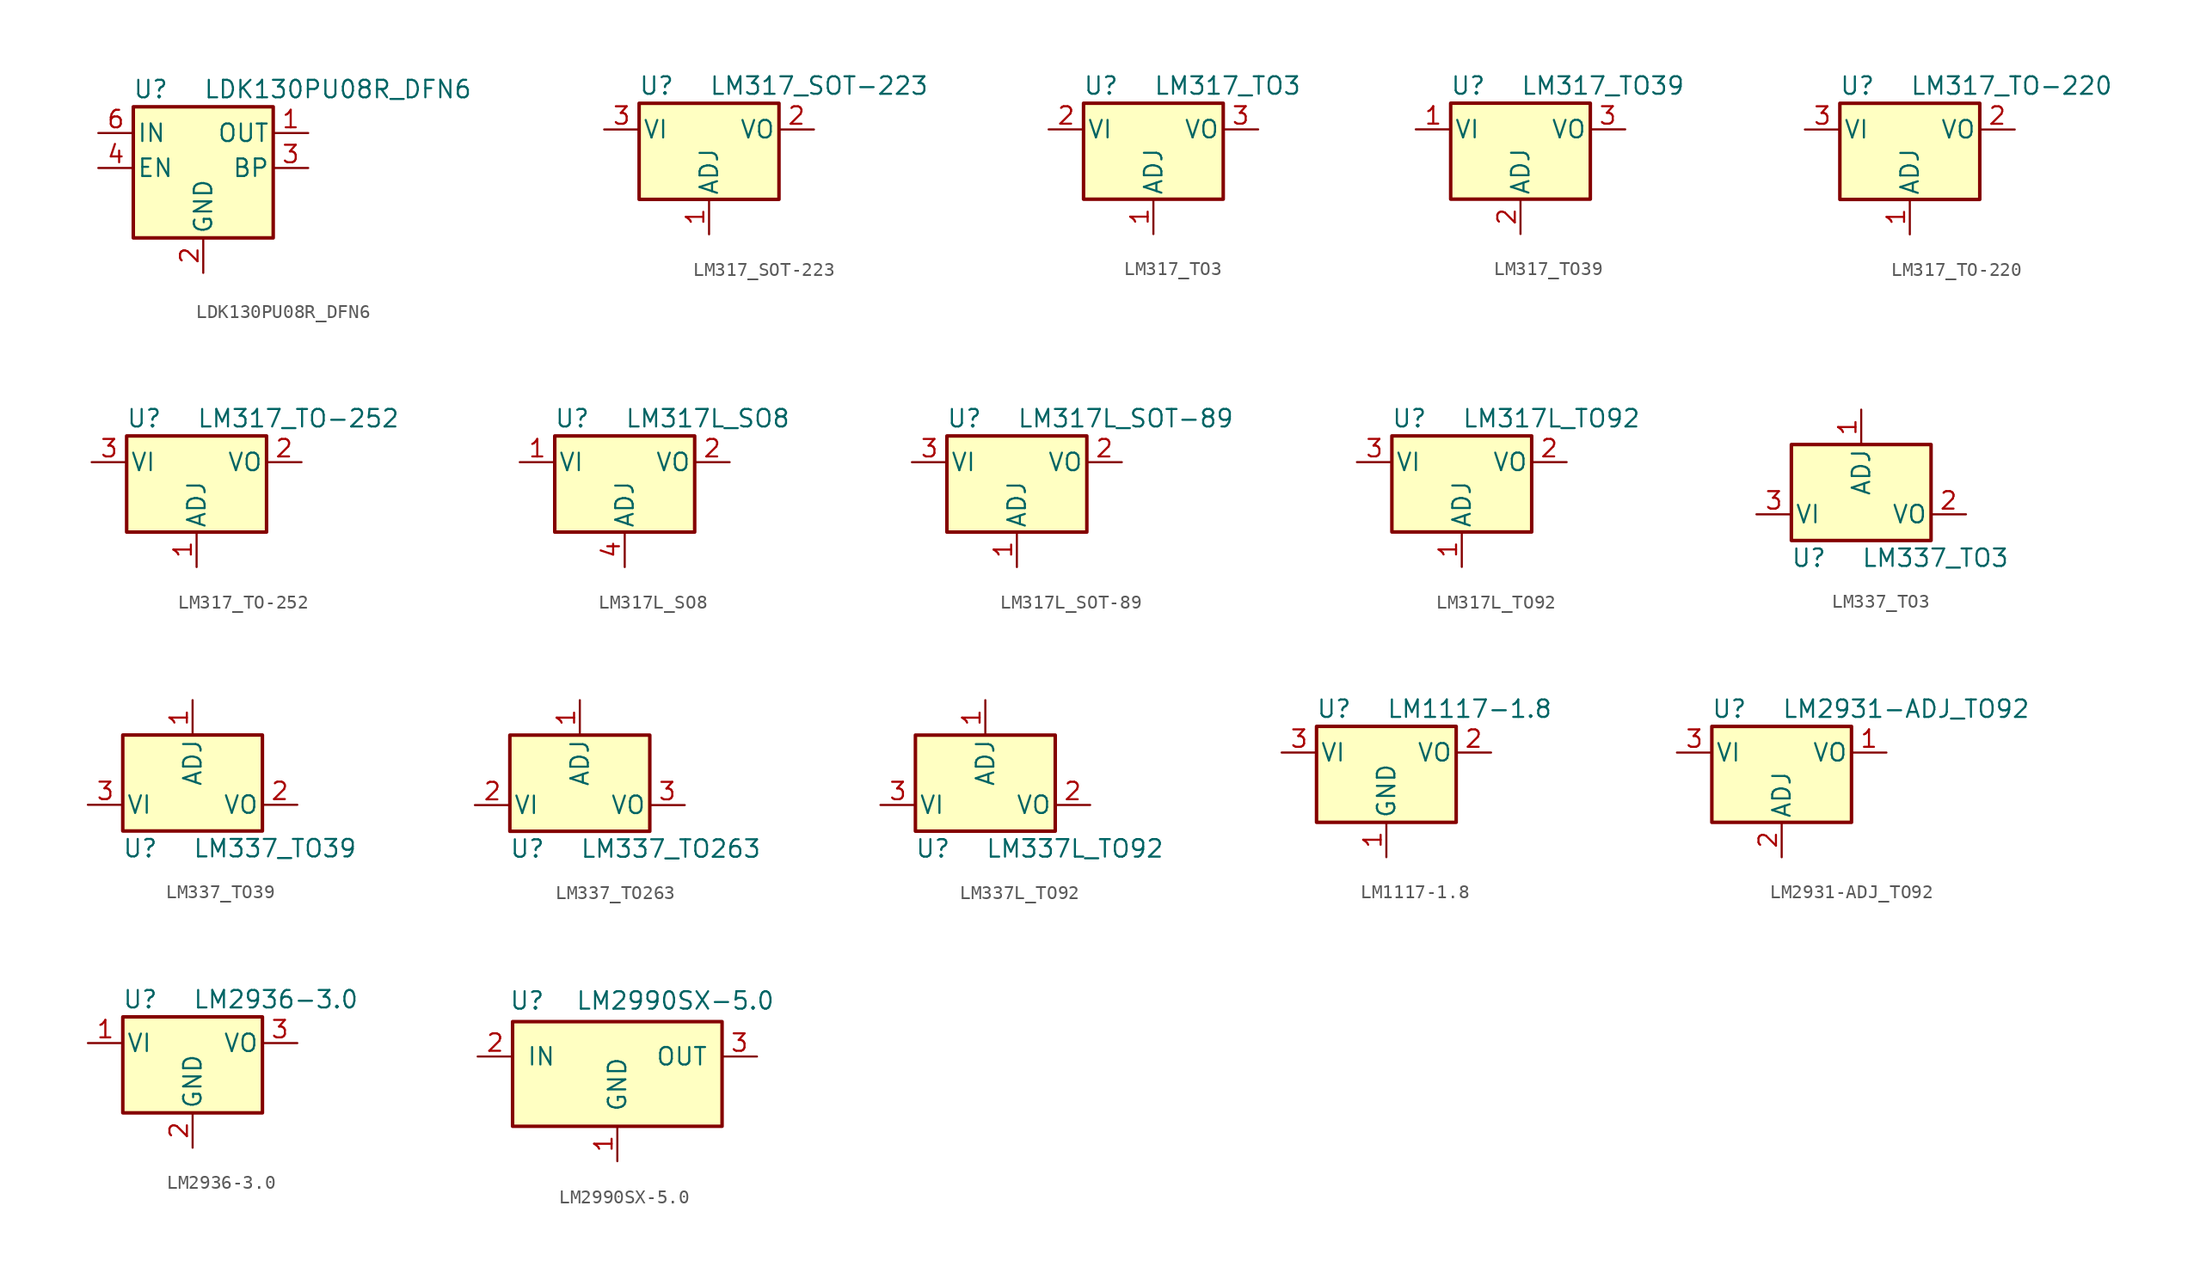
<source format=kicad_sym>
(kicad_symbol_lib
  (version 20211014)
  (generator kicad_symbol_editor)
  (symbol "LDK130PU08R_DFN6"
    (pin_names
      (offset 0.254))
    (property "Reference" "U"
      (at -3.81 5.715 0)
      (effects (font (size 1.27 1.27))))
    (property "Value" "LDK130PU08R_DFN6"
      (at 0 5.715 0)
      (effects (font (size 1.27 1.27)) (justify left)))
    (symbol "LDK130PU08R_DFN6_0_1"
      (rectangle (start -5.08 4.445) (end 5.08 -5.08) (stroke (width 0.254) (type default) (color 0 0 0 0)) (fill (type background))))
    (symbol "LDK130PU08R_DFN6_1_1"
      (pin power_out line (at 7.62 2.54 180) (length 2.54) (name "OUT" (effects (font (size 1.27 1.27)))) (number "1" (effects (font (size 1.27 1.27)))))
      (pin power_in line (at 0 -7.62 90) (length 2.54) (name "GND" (effects (font (size 1.27 1.27)))) (number "2" (effects (font (size 1.27 1.27)))))
      (pin passive line (at 7.62 0 180) (length 2.54) (name "BP" (effects (font (size 1.27 1.27)))) (number "3" (effects (font (size 1.27 1.27)))))
      (pin input line (at -7.62 0 0) (length 2.54) (name "EN" (effects (font (size 1.27 1.27)))) (number "4" (effects (font (size 1.27 1.27)))))
      (pin no_connect line (at -7.62 -2.54 0) (length 2.54) hide (name "NC" (effects (font (size 1.27 1.27)))) (number "5" (effects (font (size 1.27 1.27)))))
      (pin power_in line (at -7.62 2.54 0) (length 2.54) (name "IN" (effects (font (size 1.27 1.27)))) (number "6" (effects (font (size 1.27 1.27)))))))
  (symbol "LM317_SOT-223"
    (pin_names
      (offset 0.254))
    (property "Reference" "U"
      (at -3.81 3.175 0)
      (effects (font (size 1.27 1.27))))
    (property "Value" "LM317_SOT-223"
      (at 0 3.175 0)
      (effects (font (size 1.27 1.27)) (justify left)))
    (symbol "LM317_SOT-223_0_1"
      (rectangle (start -5.08 1.905) (end 5.08 -5.08) (stroke (width 0.254) (type default) (color 0 0 0 0)) (fill (type background))))
    (symbol "LM317_SOT-223_1_1"
      (pin input line (at 0 -7.62 90) (length 2.54) (name "ADJ" (effects (font (size 1.27 1.27)))) (number "1" (effects (font (size 1.27 1.27)))))
      (pin power_out line (at 7.62 0 180) (length 2.54) (name "VO" (effects (font (size 1.27 1.27)))) (number "2" (effects (font (size 1.27 1.27)))))
      (pin power_in line (at -7.62 0 0) (length 2.54) (name "VI" (effects (font (size 1.27 1.27)))) (number "3" (effects (font (size 1.27 1.27)))))))
  (symbol "LM317_TO3"
    (pin_names
      (offset 0.254))
    (property "Reference" "U"
      (at -3.81 3.175 0)
      (effects (font (size 1.27 1.27))))
    (property "Value" "LM317_TO3"
      (at 0 3.175 0)
      (effects (font (size 1.27 1.27)) (justify left)))
    (symbol "LM317_TO3_0_1"
      (rectangle (start -5.08 1.905) (end 5.08 -5.08) (stroke (width 0.254) (type default) (color 0 0 0 0)) (fill (type background))))
    (symbol "LM317_TO3_1_1"
      (pin input line (at 0 -7.62 90) (length 2.54) (name "ADJ" (effects (font (size 1.27 1.27)))) (number "1" (effects (font (size 1.27 1.27)))))
      (pin power_in line (at -7.62 0 0) (length 2.54) (name "VI" (effects (font (size 1.27 1.27)))) (number "2" (effects (font (size 1.27 1.27)))))
      (pin power_out line (at 7.62 0 180) (length 2.54) (name "VO" (effects (font (size 1.27 1.27)))) (number "3" (effects (font (size 1.27 1.27)))))))
  (symbol "LM317_TO39"
    (pin_names
      (offset 0.254))
    (property "Reference" "U"
      (at -3.81 3.175 0)
      (effects (font (size 1.27 1.27))))
    (property "Value" "LM317_TO39"
      (at 0 3.175 0)
      (effects (font (size 1.27 1.27)) (justify left)))
    (symbol "LM317_TO39_0_1"
      (rectangle (start -5.08 1.905) (end 5.08 -5.08) (stroke (width 0.254) (type default) (color 0 0 0 0)) (fill (type background))))
    (symbol "LM317_TO39_1_1"
      (pin power_in line (at -7.62 0 0) (length 2.54) (name "VI" (effects (font (size 1.27 1.27)))) (number "1" (effects (font (size 1.27 1.27)))))
      (pin input line (at 0 -7.62 90) (length 2.54) (name "ADJ" (effects (font (size 1.27 1.27)))) (number "2" (effects (font (size 1.27 1.27)))))
      (pin power_out line (at 7.62 0 180) (length 2.54) (name "VO" (effects (font (size 1.27 1.27)))) (number "3" (effects (font (size 1.27 1.27)))))))
  (symbol "LM317_TO-220"
    (pin_names
      (offset 0.254))
    (property "Reference" "U"
      (at -3.81 3.175 0)
      (effects (font (size 1.27 1.27))))
    (property "Value" "LM317_TO-220"
      (at 0 3.175 0)
      (effects (font (size 1.27 1.27)) (justify left)))
    (symbol "LM317_TO-220_0_1"
      (rectangle (start -5.08 1.905) (end 5.08 -5.08) (stroke (width 0.254) (type default) (color 0 0 0 0)) (fill (type background))))
    (symbol "LM317_TO-220_1_1"
      (pin input line (at 0 -7.62 90) (length 2.54) (name "ADJ" (effects (font (size 1.27 1.27)))) (number "1" (effects (font (size 1.27 1.27)))))
      (pin power_out line (at 7.62 0 180) (length 2.54) (name "VO" (effects (font (size 1.27 1.27)))) (number "2" (effects (font (size 1.27 1.27)))))
      (pin power_in line (at -7.62 0 0) (length 2.54) (name "VI" (effects (font (size 1.27 1.27)))) (number "3" (effects (font (size 1.27 1.27)))))))
  (symbol "LM317_TO-252"
    (pin_names
      (offset 0.254))
    (property "Reference" "U"
      (at -3.81 3.175 0)
      (effects (font (size 1.27 1.27))))
    (property "Value" "LM317_TO-252"
      (at 0 3.175 0)
      (effects (font (size 1.27 1.27)) (justify left)))
    (symbol "LM317_TO-252_0_1"
      (rectangle (start -5.08 1.905) (end 5.08 -5.08) (stroke (width 0.254) (type default) (color 0 0 0 0)) (fill (type background))))
    (symbol "LM317_TO-252_1_1"
      (pin input line (at 0 -7.62 90) (length 2.54) (name "ADJ" (effects (font (size 1.27 1.27)))) (number "1" (effects (font (size 1.27 1.27)))))
      (pin power_out line (at 7.62 0 180) (length 2.54) (name "VO" (effects (font (size 1.27 1.27)))) (number "2" (effects (font (size 1.27 1.27)))))
      (pin power_in line (at -7.62 0 0) (length 2.54) (name "VI" (effects (font (size 1.27 1.27)))) (number "3" (effects (font (size 1.27 1.27)))))))
  (symbol "LM317L_SO8"
    (pin_names
      (offset 0.254))
    (property "Reference" "U"
      (at -3.81 3.175 0)
      (effects (font (size 1.27 1.27))))
    (property "Value" "LM317L_SO8"
      (at 0 3.175 0)
      (effects (font (size 1.27 1.27)) (justify left)))
    (symbol "LM317L_SO8_0_1"
      (rectangle (start -5.08 1.905) (end 5.08 -5.08) (stroke (width 0.254) (type default) (color 0 0 0 0)) (fill (type background))))
    (symbol "LM317L_SO8_1_1"
      (pin power_in line (at -7.62 0 0) (length 2.54) (name "VI" (effects (font (size 1.27 1.27)))) (number "1" (effects (font (size 1.27 1.27)))))
      (pin power_out line (at 7.62 0 180) (length 2.54) (name "VO" (effects (font (size 1.27 1.27)))) (number "2" (effects (font (size 1.27 1.27)))))
      (pin passive line (at 7.62 0 180) (length 2.54) hide (name "VO" (effects (font (size 1.27 1.27)))) (number "3" (effects (font (size 1.27 1.27)))))
      (pin input line (at 0 -7.62 90) (length 2.54) (name "ADJ" (effects (font (size 1.27 1.27)))) (number "4" (effects (font (size 1.27 1.27)))))
      (pin no_connect line (at -7.62 -2.54 0) (length 2.54) hide (name "NC" (effects (font (size 1.27 1.27)))) (number "5" (effects (font (size 1.27 1.27)))))
      (pin passive line (at 7.62 0 180) (length 2.54) hide (name "VO" (effects (font (size 1.27 1.27)))) (number "6" (effects (font (size 1.27 1.27)))))
      (pin passive line (at 7.62 0 180) (length 2.54) hide (name "VO" (effects (font (size 1.27 1.27)))) (number "7" (effects (font (size 1.27 1.27)))))
      (pin no_connect line (at 7.62 -2.54 180) (length 2.54) hide (name "NC" (effects (font (size 1.27 1.27)))) (number "8" (effects (font (size 1.27 1.27)))))))
  (symbol "LM317L_SOT-89"
    (pin_names
      (offset 0.254))
    (property "Reference" "U"
      (at -3.81 3.175 0)
      (effects (font (size 1.27 1.27))))
    (property "Value" "LM317L_SOT-89"
      (at 0 3.175 0)
      (effects (font (size 1.27 1.27)) (justify left)))
    (symbol "LM317L_SOT-89_0_1"
      (rectangle (start -5.08 1.905) (end 5.08 -5.08) (stroke (width 0.254) (type default) (color 0 0 0 0)) (fill (type background))))
    (symbol "LM317L_SOT-89_1_1"
      (pin input line (at 0 -7.62 90) (length 2.54) (name "ADJ" (effects (font (size 1.27 1.27)))) (number "1" (effects (font (size 1.27 1.27)))))
      (pin power_out line (at 7.62 0 180) (length 2.54) (name "VO" (effects (font (size 1.27 1.27)))) (number "2" (effects (font (size 1.27 1.27)))))
      (pin power_in line (at -7.62 0 0) (length 2.54) (name "VI" (effects (font (size 1.27 1.27)))) (number "3" (effects (font (size 1.27 1.27)))))))
  (symbol "LM317L_TO92"
    (pin_names
      (offset 0.254))
    (property "Reference" "U"
      (at -3.81 3.175 0)
      (effects (font (size 1.27 1.27))))
    (property "Value" "LM317L_TO92"
      (at 0 3.175 0)
      (effects (font (size 1.27 1.27)) (justify left)))
    (symbol "LM317L_TO92_0_1"
      (rectangle (start -5.08 1.905) (end 5.08 -5.08) (stroke (width 0.254) (type default) (color 0 0 0 0)) (fill (type background))))
    (symbol "LM317L_TO92_1_1"
      (pin input line (at 0 -7.62 90) (length 2.54) (name "ADJ" (effects (font (size 1.27 1.27)))) (number "1" (effects (font (size 1.27 1.27)))))
      (pin power_out line (at 7.62 0 180) (length 2.54) (name "VO" (effects (font (size 1.27 1.27)))) (number "2" (effects (font (size 1.27 1.27)))))
      (pin power_in line (at -7.62 0 0) (length 2.54) (name "VI" (effects (font (size 1.27 1.27)))) (number "3" (effects (font (size 1.27 1.27)))))))
  (symbol "LM337_TO3"
    (pin_names
      (offset 0.254))
    (property "Reference" "U"
      (at -3.81 -3.175 0)
      (effects (font (size 1.27 1.27))))
    (property "Value" "LM337_TO3"
      (at 0 -3.175 0)
      (effects (font (size 1.27 1.27)) (justify left)))
    (symbol "LM337_TO3_0_1"
      (rectangle (start -5.08 5.08) (end 5.08 -1.905) (stroke (width 0.254) (type default) (color 0 0 0 0)) (fill (type background))))
    (symbol "LM337_TO3_1_1"
      (pin input line (at 0 7.62 270) (length 2.54) (name "ADJ" (effects (font (size 1.27 1.27)))) (number "1" (effects (font (size 1.27 1.27)))))
      (pin power_out line (at 7.62 0 180) (length 2.54) (name "VO" (effects (font (size 1.27 1.27)))) (number "2" (effects (font (size 1.27 1.27)))))
      (pin power_in line (at -7.62 0 0) (length 2.54) (name "VI" (effects (font (size 1.27 1.27)))) (number "3" (effects (font (size 1.27 1.27)))))))
  (symbol "LM337_TO39"
    (pin_names
      (offset 0.254))
    (property "Reference" "U"
      (at -3.81 -3.175 0)
      (effects (font (size 1.27 1.27))))
    (property "Value" "LM337_TO39"
      (at 0 -3.175 0)
      (effects (font (size 1.27 1.27)) (justify left)))
    (symbol "LM337_TO39_0_1"
      (rectangle (start -5.08 5.08) (end 5.08 -1.905) (stroke (width 0.254) (type default) (color 0 0 0 0)) (fill (type background))))
    (symbol "LM337_TO39_1_1"
      (pin input line (at 0 7.62 270) (length 2.54) (name "ADJ" (effects (font (size 1.27 1.27)))) (number "1" (effects (font (size 1.27 1.27)))))
      (pin power_out line (at 7.62 0 180) (length 2.54) (name "VO" (effects (font (size 1.27 1.27)))) (number "2" (effects (font (size 1.27 1.27)))))
      (pin power_in line (at -7.62 0 0) (length 2.54) (name "VI" (effects (font (size 1.27 1.27)))) (number "3" (effects (font (size 1.27 1.27)))))))
  (symbol "LM337_TO263"
    (pin_names
      (offset 0.254))
    (property "Reference" "U"
      (at -3.81 -3.175 0)
      (effects (font (size 1.27 1.27))))
    (property "Value" "LM337_TO263"
      (at 0 -3.175 0)
      (effects (font (size 1.27 1.27)) (justify left)))
    (symbol "LM337_TO263_0_1"
      (rectangle (start -5.08 5.08) (end 5.08 -1.905) (stroke (width 0.254) (type default) (color 0 0 0 0)) (fill (type background))))
    (symbol "LM337_TO263_1_1"
      (pin input line (at 0 7.62 270) (length 2.54) (name "ADJ" (effects (font (size 1.27 1.27)))) (number "1" (effects (font (size 1.27 1.27)))))
      (pin power_in line (at -7.62 0 0) (length 2.54) (name "VI" (effects (font (size 1.27 1.27)))) (number "2" (effects (font (size 1.27 1.27)))))
      (pin power_out line (at 7.62 0 180) (length 2.54) (name "VO" (effects (font (size 1.27 1.27)))) (number "3" (effects (font (size 1.27 1.27)))))))
  (symbol "LM337L_TO92"
    (pin_names
      (offset 0.254))
    (property "Reference" "U"
      (at -3.81 -3.175 0)
      (effects (font (size 1.27 1.27))))
    (property "Value" "LM337L_TO92"
      (at 0 -3.175 0)
      (effects (font (size 1.27 1.27)) (justify left)))
    (symbol "LM337L_TO92_0_1"
      (rectangle (start -5.08 5.08) (end 5.08 -1.905) (stroke (width 0.254) (type default) (color 0 0 0 0)) (fill (type background))))
    (symbol "LM337L_TO92_1_1"
      (pin input line (at 0 7.62 270) (length 2.54) (name "ADJ" (effects (font (size 1.27 1.27)))) (number "1" (effects (font (size 1.27 1.27)))))
      (pin power_out line (at 7.62 0 180) (length 2.54) (name "VO" (effects (font (size 1.27 1.27)))) (number "2" (effects (font (size 1.27 1.27)))))
      (pin power_in line (at -7.62 0 0) (length 2.54) (name "VI" (effects (font (size 1.27 1.27)))) (number "3" (effects (font (size 1.27 1.27)))))))
  (symbol "LM1117-1.8"
    (pin_names
      (offset 0.254))
    (property "Reference" "U"
      (at -3.81 3.175 0)
      (effects (font (size 1.27 1.27))))
    (property "Value" "LM1117-1.8"
      (at 0 3.175 0)
      (effects (font (size 1.27 1.27)) (justify left)))
    (symbol "LM1117-1.8_0_1"
      (rectangle (start -5.08 -5.08) (end 5.08 1.905) (stroke (width 0.254) (type default) (color 0 0 0 0)) (fill (type background))))
    (symbol "LM1117-1.8_1_1"
      (pin power_in line (at 0 -7.62 90) (length 2.54) (name "GND" (effects (font (size 1.27 1.27)))) (number "1" (effects (font (size 1.27 1.27)))))
      (pin power_out line (at 7.62 0 180) (length 2.54) (name "VO" (effects (font (size 1.27 1.27)))) (number "2" (effects (font (size 1.27 1.27)))))
      (pin power_in line (at -7.62 0 0) (length 2.54) (name "VI" (effects (font (size 1.27 1.27)))) (number "3" (effects (font (size 1.27 1.27)))))))
  (symbol "LM2931-ADJ_TO92"
    (pin_names
      (offset 0.254))
    (property "Reference" "U"
      (at -3.81 3.175 0)
      (effects (font (size 1.27 1.27))))
    (property "Value" "LM2931-ADJ_TO92"
      (at 0 3.175 0)
      (effects (font (size 1.27 1.27)) (justify left)))
    (symbol "LM2931-ADJ_TO92_0_1"
      (rectangle (start -5.08 1.905) (end 5.08 -5.08) (stroke (width 0.254) (type default) (color 0 0 0 0)) (fill (type background))))
    (symbol "LM2931-ADJ_TO92_1_1"
      (pin power_out line (at 7.62 0 180) (length 2.54) (name "VO" (effects (font (size 1.27 1.27)))) (number "1" (effects (font (size 1.27 1.27)))))
      (pin input line (at 0 -7.62 90) (length 2.54) (name "ADJ" (effects (font (size 1.27 1.27)))) (number "2" (effects (font (size 1.27 1.27)))))
      (pin power_in line (at -7.62 0 0) (length 2.54) (name "VI" (effects (font (size 1.27 1.27)))) (number "3" (effects (font (size 1.27 1.27)))))))
  (symbol "LM2936-3.0"
    (pin_names
      (offset 0.254))
    (property "Reference" "U"
      (at -3.81 3.175 0)
      (effects (font (size 1.27 1.27))))
    (property "Value" "LM2936-3.0"
      (at 0 3.175 0)
      (effects (font (size 1.27 1.27)) (justify left)))
    (symbol "LM2936-3.0_0_1"
      (rectangle (start -5.08 1.905) (end 5.08 -5.08) (stroke (width 0.254) (type default) (color 0 0 0 0)) (fill (type background))))
    (symbol "LM2936-3.0_1_1"
      (pin power_in line (at -7.62 0 0) (length 2.54) (name "VI" (effects (font (size 1.27 1.27)))) (number "1" (effects (font (size 1.27 1.27)))))
      (pin power_in line (at 0 -7.62 90) (length 2.54) (name "GND" (effects (font (size 1.27 1.27)))) (number "2" (effects (font (size 1.27 1.27)))))
      (pin power_out line (at 7.62 0 180) (length 2.54) (name "VO" (effects (font (size 1.27 1.27)))) (number "3" (effects (font (size 1.27 1.27)))))))
  (symbol "LM2990SX-5.0"
    (pin_names
      (offset 1.016))
    (property "Reference" "U"
      (at -7.874 4.064 0)
      (effects (font (size 1.27 1.27)) (justify left)))
    (property "Value" "LM2990SX-5.0"
      (at -3.048 4.064 0)
      (effects (font (size 1.27 1.27)) (justify left)))
    (symbol "LM2990SX-5.0_0_1"
      (rectangle (start -7.62 2.54) (end 7.62 -5.08) (stroke (width 0.254) (type default) (color 0 0 0 0)) (fill (type background))))
    (symbol "LM2990SX-5.0_1_1"
      (pin power_in line (at 0 -7.62 90) (length 2.54) (name "GND" (effects (font (size 1.27 1.27)))) (number "1" (effects (font (size 1.27 1.27)))))
      (pin power_in line (at -10.16 0 0) (length 2.54) (name "IN" (effects (font (size 1.27 1.27)))) (number "2" (effects (font (size 1.27 1.27)))))
      (pin power_out line (at 10.16 0 180) (length 2.54) (name "OUT" (effects (font (size 1.27 1.27)))) (number "3" (effects (font (size 1.27 1.27))))))))
</source>
